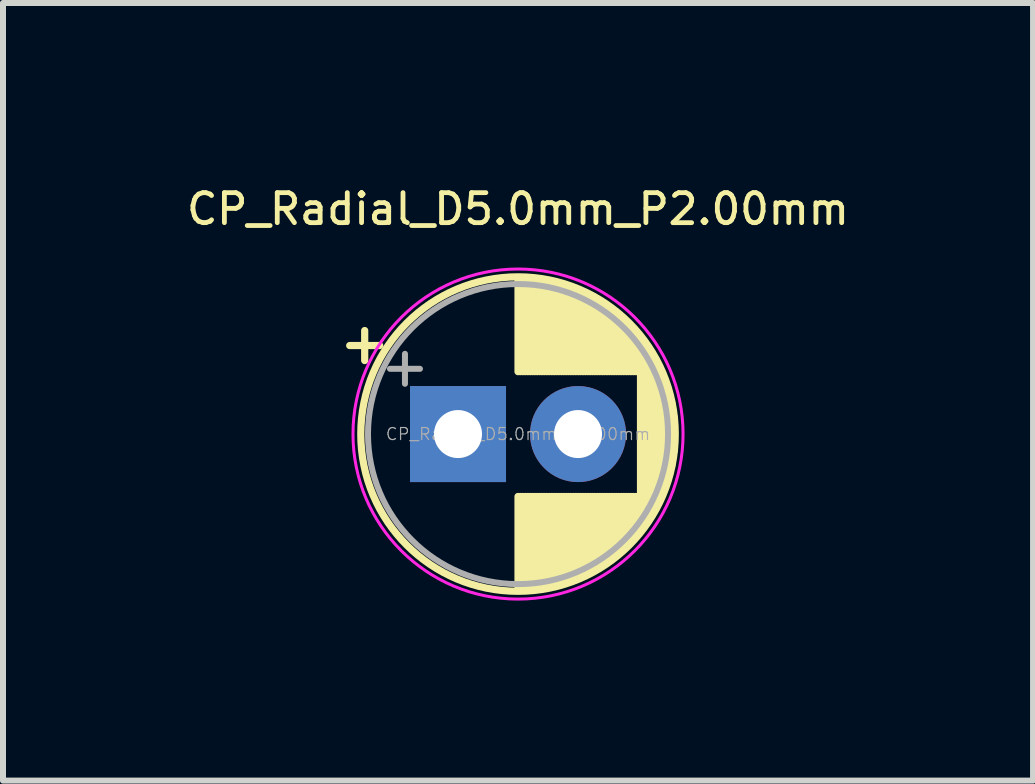
<source format=kicad_pcb>
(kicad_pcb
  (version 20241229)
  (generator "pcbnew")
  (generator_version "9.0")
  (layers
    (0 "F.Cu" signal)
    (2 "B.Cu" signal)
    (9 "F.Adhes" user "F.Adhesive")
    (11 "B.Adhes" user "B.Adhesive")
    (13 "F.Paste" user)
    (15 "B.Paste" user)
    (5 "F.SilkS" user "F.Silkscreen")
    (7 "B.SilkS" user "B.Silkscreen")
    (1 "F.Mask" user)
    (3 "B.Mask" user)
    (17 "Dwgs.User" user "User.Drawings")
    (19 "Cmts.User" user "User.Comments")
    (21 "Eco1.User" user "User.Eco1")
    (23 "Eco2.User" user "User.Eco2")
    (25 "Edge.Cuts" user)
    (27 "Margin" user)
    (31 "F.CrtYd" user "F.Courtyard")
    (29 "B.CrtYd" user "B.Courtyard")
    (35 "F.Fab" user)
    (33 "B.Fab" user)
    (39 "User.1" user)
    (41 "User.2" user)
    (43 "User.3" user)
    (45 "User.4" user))
  (footprint "CP_Radial_D5.0mm_P2.00mm"
    (layer "F.Cu")
    (at 4.582 4.183)
    (property "Reference" "CP_Radial_D5.0mm_P2.00mm" (at 1 -3.75 0) (layer "F.SilkS") (effects (font (size 0.5 0.5) (thickness 0.08))))
    (attr through_hole)
    (fp_line (start -1.805 -1.475) (end -1.305 -1.475) (stroke (width 0.12) (type solid)) (layer "F.SilkS"))
    (fp_line (start -1.555 -1.725) (end -1.555 -1.225) (stroke (width 0.12) (type solid)) (layer "F.SilkS"))
    (fp_line (start 1 -2.58) (end 1 -1.04) (stroke (width 0.12) (type solid)) (layer "F.SilkS"))
    (fp_line (start 1 1.04) (end 1 2.58) (stroke (width 0.12) (type solid)) (layer "F.SilkS"))
    (fp_line (start 1.04 -2.58) (end 1.04 -1.04) (stroke (width 0.12) (type solid)) (layer "F.SilkS"))
    (fp_line (start 1.04 1.04) (end 1.04 2.58) (stroke (width 0.12) (type solid)) (layer "F.SilkS"))
    (fp_line (start 1.08 -2.579) (end 1.08 -1.04) (stroke (width 0.12) (type solid)) (layer "F.SilkS"))
    (fp_line (start 1.08 1.04) (end 1.08 2.579) (stroke (width 0.12) (type solid)) (layer "F.SilkS"))
    (fp_line (start 1.12 -2.578) (end 1.12 -1.04) (stroke (width 0.12) (type solid)) (layer "F.SilkS"))
    (fp_line (start 1.12 1.04) (end 1.12 2.578) (stroke (width 0.12) (type solid)) (layer "F.SilkS"))
    (fp_line (start 1.16 -2.576) (end 1.16 -1.04) (stroke (width 0.12) (type solid)) (layer "F.SilkS"))
    (fp_line (start 1.16 1.04) (end 1.16 2.576) (stroke (width 0.12) (type solid)) (layer "F.SilkS"))
    (fp_line (start 1.2 -2.573) (end 1.2 -1.04) (stroke (width 0.12) (type solid)) (layer "F.SilkS"))
    (fp_line (start 1.2 1.04) (end 1.2 2.573) (stroke (width 0.12) (type solid)) (layer "F.SilkS"))
    (fp_line (start 1.24 -2.569) (end 1.24 -1.04) (stroke (width 0.12) (type solid)) (layer "F.SilkS"))
    (fp_line (start 1.24 1.04) (end 1.24 2.569) (stroke (width 0.12) (type solid)) (layer "F.SilkS"))
    (fp_line (start 1.28 -2.565) (end 1.28 -1.04) (stroke (width 0.12) (type solid)) (layer "F.SilkS"))
    (fp_line (start 1.28 1.04) (end 1.28 2.565) (stroke (width 0.12) (type solid)) (layer "F.SilkS"))
    (fp_line (start 1.32 -2.561) (end 1.32 -1.04) (stroke (width 0.12) (type solid)) (layer "F.SilkS"))
    (fp_line (start 1.32 1.04) (end 1.32 2.561) (stroke (width 0.12) (type solid)) (layer "F.SilkS"))
    (fp_line (start 1.36 -2.556) (end 1.36 -1.04) (stroke (width 0.12) (type solid)) (layer "F.SilkS"))
    (fp_line (start 1.36 1.04) (end 1.36 2.556) (stroke (width 0.12) (type solid)) (layer "F.SilkS"))
    (fp_line (start 1.4 -2.55) (end 1.4 -1.04) (stroke (width 0.12) (type solid)) (layer "F.SilkS"))
    (fp_line (start 1.4 1.04) (end 1.4 2.55) (stroke (width 0.12) (type solid)) (layer "F.SilkS"))
    (fp_line (start 1.44 -2.543) (end 1.44 -1.04) (stroke (width 0.12) (type solid)) (layer "F.SilkS"))
    (fp_line (start 1.44 1.04) (end 1.44 2.543) (stroke (width 0.12) (type solid)) (layer "F.SilkS"))
    (fp_line (start 1.48 -2.536) (end 1.48 -1.04) (stroke (width 0.12) (type solid)) (layer "F.SilkS"))
    (fp_line (start 1.48 1.04) (end 1.48 2.536) (stroke (width 0.12) (type solid)) (layer "F.SilkS"))
    (fp_line (start 1.52 -2.528) (end 1.52 -1.04) (stroke (width 0.12) (type solid)) (layer "F.SilkS"))
    (fp_line (start 1.52 1.04) (end 1.52 2.528) (stroke (width 0.12) (type solid)) (layer "F.SilkS"))
    (fp_line (start 1.56 -2.52) (end 1.56 -1.04) (stroke (width 0.12) (type solid)) (layer "F.SilkS"))
    (fp_line (start 1.56 1.04) (end 1.56 2.52) (stroke (width 0.12) (type solid)) (layer "F.SilkS"))
    (fp_line (start 1.6 -2.511) (end 1.6 -1.04) (stroke (width 0.12) (type solid)) (layer "F.SilkS"))
    (fp_line (start 1.6 1.04) (end 1.6 2.511) (stroke (width 0.12) (type solid)) (layer "F.SilkS"))
    (fp_line (start 1.64 -2.501) (end 1.64 -1.04) (stroke (width 0.12) (type solid)) (layer "F.SilkS"))
    (fp_line (start 1.64 1.04) (end 1.64 2.501) (stroke (width 0.12) (type solid)) (layer "F.SilkS"))
    (fp_line (start 1.68 -2.491) (end 1.68 -1.04) (stroke (width 0.12) (type solid)) (layer "F.SilkS"))
    (fp_line (start 1.68 1.04) (end 1.68 2.491) (stroke (width 0.12) (type solid)) (layer "F.SilkS"))
    (fp_line (start 1.721 -2.48) (end 1.721 -1.04) (stroke (width 0.12) (type solid)) (layer "F.SilkS"))
    (fp_line (start 1.721 1.04) (end 1.721 2.48) (stroke (width 0.12) (type solid)) (layer "F.SilkS"))
    (fp_line (start 1.761 -2.468) (end 1.761 -1.04) (stroke (width 0.12) (type solid)) (layer "F.SilkS"))
    (fp_line (start 1.761 1.04) (end 1.761 2.468) (stroke (width 0.12) (type solid)) (layer "F.SilkS"))
    (fp_line (start 1.801 -2.455) (end 1.801 -1.04) (stroke (width 0.12) (type solid)) (layer "F.SilkS"))
    (fp_line (start 1.801 1.04) (end 1.801 2.455) (stroke (width 0.12) (type solid)) (layer "F.SilkS"))
    (fp_line (start 1.841 -2.442) (end 1.841 -1.04) (stroke (width 0.12) (type solid)) (layer "F.SilkS"))
    (fp_line (start 1.841 1.04) (end 1.841 2.442) (stroke (width 0.12) (type solid)) (layer "F.SilkS"))
    (fp_line (start 1.881 -2.428) (end 1.881 -1.04) (stroke (width 0.12) (type solid)) (layer "F.SilkS"))
    (fp_line (start 1.881 1.04) (end 1.881 2.428) (stroke (width 0.12) (type solid)) (layer "F.SilkS"))
    (fp_line (start 1.921 -2.414) (end 1.921 -1.04) (stroke (width 0.12) (type solid)) (layer "F.SilkS"))
    (fp_line (start 1.921 1.04) (end 1.921 2.414) (stroke (width 0.12) (type solid)) (layer "F.SilkS"))
    (fp_line (start 1.961 -2.398) (end 1.961 -1.04) (stroke (width 0.12) (type solid)) (layer "F.SilkS"))
    (fp_line (start 1.961 1.04) (end 1.961 2.398) (stroke (width 0.12) (type solid)) (layer "F.SilkS"))
    (fp_line (start 2.001 -2.382) (end 2.001 -1.04) (stroke (width 0.12) (type solid)) (layer "F.SilkS"))
    (fp_line (start 2.001 1.04) (end 2.001 2.382) (stroke (width 0.12) (type solid)) (layer "F.SilkS"))
    (fp_line (start 2.041 -2.365) (end 2.041 -1.04) (stroke (width 0.12) (type solid)) (layer "F.SilkS"))
    (fp_line (start 2.041 1.04) (end 2.041 2.365) (stroke (width 0.12) (type solid)) (layer "F.SilkS"))
    (fp_line (start 2.081 -2.348) (end 2.081 -1.04) (stroke (width 0.12) (type solid)) (layer "F.SilkS"))
    (fp_line (start 2.081 1.04) (end 2.081 2.348) (stroke (width 0.12) (type solid)) (layer "F.SilkS"))
    (fp_line (start 2.121 -2.329) (end 2.121 -1.04) (stroke (width 0.12) (type solid)) (layer "F.SilkS"))
    (fp_line (start 2.121 1.04) (end 2.121 2.329) (stroke (width 0.12) (type solid)) (layer "F.SilkS"))
    (fp_line (start 2.161 -2.31) (end 2.161 -1.04) (stroke (width 0.12) (type solid)) (layer "F.SilkS"))
    (fp_line (start 2.161 1.04) (end 2.161 2.31) (stroke (width 0.12) (type solid)) (layer "F.SilkS"))
    (fp_line (start 2.201 -2.29) (end 2.201 -1.04) (stroke (width 0.12) (type solid)) (layer "F.SilkS"))
    (fp_line (start 2.201 1.04) (end 2.201 2.29) (stroke (width 0.12) (type solid)) (layer "F.SilkS"))
    (fp_line (start 2.241 -2.268) (end 2.241 -1.04) (stroke (width 0.12) (type solid)) (layer "F.SilkS"))
    (fp_line (start 2.241 1.04) (end 2.241 2.268) (stroke (width 0.12) (type solid)) (layer "F.SilkS"))
    (fp_line (start 2.281 -2.247) (end 2.281 -1.04) (stroke (width 0.12) (type solid)) (layer "F.SilkS"))
    (fp_line (start 2.281 1.04) (end 2.281 2.247) (stroke (width 0.12) (type solid)) (layer "F.SilkS"))
    (fp_line (start 2.321 -2.224) (end 2.321 -1.04) (stroke (width 0.12) (type solid)) (layer "F.SilkS"))
    (fp_line (start 2.321 1.04) (end 2.321 2.224) (stroke (width 0.12) (type solid)) (layer "F.SilkS"))
    (fp_line (start 2.361 -2.2) (end 2.361 -1.04) (stroke (width 0.12) (type solid)) (layer "F.SilkS"))
    (fp_line (start 2.361 1.04) (end 2.361 2.2) (stroke (width 0.12) (type solid)) (layer "F.SilkS"))
    (fp_line (start 2.401 -2.175) (end 2.401 -1.04) (stroke (width 0.12) (type solid)) (layer "F.SilkS"))
    (fp_line (start 2.401 1.04) (end 2.401 2.175) (stroke (width 0.12) (type solid)) (layer "F.SilkS"))
    (fp_line (start 2.441 -2.149) (end 2.441 -1.04) (stroke (width 0.12) (type solid)) (layer "F.SilkS"))
    (fp_line (start 2.441 1.04) (end 2.441 2.149) (stroke (width 0.12) (type solid)) (layer "F.SilkS"))
    (fp_line (start 2.481 -2.122) (end 2.481 -1.04) (stroke (width 0.12) (type solid)) (layer "F.SilkS"))
    (fp_line (start 2.481 1.04) (end 2.481 2.122) (stroke (width 0.12) (type solid)) (layer "F.SilkS"))
    (fp_line (start 2.521 -2.095) (end 2.521 -1.04) (stroke (width 0.12) (type solid)) (layer "F.SilkS"))
    (fp_line (start 2.521 1.04) (end 2.521 2.095) (stroke (width 0.12) (type solid)) (layer "F.SilkS"))
    (fp_line (start 2.561 -2.065) (end 2.561 -1.04) (stroke (width 0.12) (type solid)) (layer "F.SilkS"))
    (fp_line (start 2.561 1.04) (end 2.561 2.065) (stroke (width 0.12) (type solid)) (layer "F.SilkS"))
    (fp_line (start 2.601 -2.035) (end 2.601 -1.04) (stroke (width 0.12) (type solid)) (layer "F.SilkS"))
    (fp_line (start 2.601 1.04) (end 2.601 2.035) (stroke (width 0.12) (type solid)) (layer "F.SilkS"))
    (fp_line (start 2.641 -2.004) (end 2.641 -1.04) (stroke (width 0.12) (type solid)) (layer "F.SilkS"))
    (fp_line (start 2.641 1.04) (end 2.641 2.004) (stroke (width 0.12) (type solid)) (layer "F.SilkS"))
    (fp_line (start 2.681 -1.971) (end 2.681 -1.04) (stroke (width 0.12) (type solid)) (layer "F.SilkS"))
    (fp_line (start 2.681 1.04) (end 2.681 1.971) (stroke (width 0.12) (type solid)) (layer "F.SilkS"))
    (fp_line (start 2.721 -1.937) (end 2.721 -1.04) (stroke (width 0.12) (type solid)) (layer "F.SilkS"))
    (fp_line (start 2.721 1.04) (end 2.721 1.937) (stroke (width 0.12) (type solid)) (layer "F.SilkS"))
    (fp_line (start 2.761 -1.901) (end 2.761 -1.04) (stroke (width 0.12) (type solid)) (layer "F.SilkS"))
    (fp_line (start 2.761 1.04) (end 2.761 1.901) (stroke (width 0.12) (type solid)) (layer "F.SilkS"))
    (fp_line (start 2.801 -1.864) (end 2.801 -1.04) (stroke (width 0.12) (type solid)) (layer "F.SilkS"))
    (fp_line (start 2.801 1.04) (end 2.801 1.864) (stroke (width 0.12) (type solid)) (layer "F.SilkS"))
    (fp_line (start 2.841 -1.826) (end 2.841 -1.04) (stroke (width 0.12) (type solid)) (layer "F.SilkS"))
    (fp_line (start 2.841 1.04) (end 2.841 1.826) (stroke (width 0.12) (type solid)) (layer "F.SilkS"))
    (fp_line (start 2.881 -1.785) (end 2.881 -1.04) (stroke (width 0.12) (type solid)) (layer "F.SilkS"))
    (fp_line (start 2.881 1.04) (end 2.881 1.785) (stroke (width 0.12) (type solid)) (layer "F.SilkS"))
    (fp_line (start 2.921 -1.743) (end 2.921 -1.04) (stroke (width 0.12) (type solid)) (layer "F.SilkS"))
    (fp_line (start 2.921 1.04) (end 2.921 1.743) (stroke (width 0.12) (type solid)) (layer "F.SilkS"))
    (fp_line (start 2.961 -1.699) (end 2.961 -1.04) (stroke (width 0.12) (type solid)) (layer "F.SilkS"))
    (fp_line (start 2.961 1.04) (end 2.961 1.699) (stroke (width 0.12) (type solid)) (layer "F.SilkS"))
    (fp_line (start 3.001 -1.653) (end 3.001 -1.04) (stroke (width 0.12) (type solid)) (layer "F.SilkS"))
    (fp_line (start 3.001 1.04) (end 3.001 1.653) (stroke (width 0.12) (type solid)) (layer "F.SilkS"))
    (fp_line (start 3.041 -1.605) (end 3.041 1.605) (stroke (width 0.12) (type solid)) (layer "F.SilkS"))
    (fp_line (start 3.081 -1.554) (end 3.081 1.554) (stroke (width 0.12) (type solid)) (layer "F.SilkS"))
    (fp_line (start 3.121 -1.5) (end 3.121 1.5) (stroke (width 0.12) (type solid)) (layer "F.SilkS"))
    (fp_line (start 3.161 -1.443) (end 3.161 1.443) (stroke (width 0.12) (type solid)) (layer "F.SilkS"))
    (fp_line (start 3.201 -1.383) (end 3.201 1.383) (stroke (width 0.12) (type solid)) (layer "F.SilkS"))
    (fp_line (start 3.241 -1.319) (end 3.241 1.319) (stroke (width 0.12) (type solid)) (layer "F.SilkS"))
    (fp_line (start 3.281 -1.251) (end 3.281 1.251) (stroke (width 0.12) (type solid)) (layer "F.SilkS"))
    (fp_line (start 3.321 -1.178) (end 3.321 1.178) (stroke (width 0.12) (type solid)) (layer "F.SilkS"))
    (fp_line (start 3.361 -1.098) (end 3.361 1.098) (stroke (width 0.12) (type solid)) (layer "F.SilkS"))
    (fp_line (start 3.401 -1.011) (end 3.401 1.011) (stroke (width 0.12) (type solid)) (layer "F.SilkS"))
    (fp_line (start 3.441 -0.915) (end 3.441 0.915) (stroke (width 0.12) (type solid)) (layer "F.SilkS"))
    (fp_line (start 3.481 -0.805) (end 3.481 0.805) (stroke (width 0.12) (type solid)) (layer "F.SilkS"))
    (fp_line (start 3.521 -0.677) (end 3.521 0.677) (stroke (width 0.12) (type solid)) (layer "F.SilkS"))
    (fp_line (start 3.561 -0.518) (end 3.561 0.518) (stroke (width 0.12) (type solid)) (layer "F.SilkS"))
    (fp_line (start 3.601 -0.284) (end 3.601 0.284) (stroke (width 0.12) (type solid)) (layer "F.SilkS"))
    (fp_circle (center 1 0) (end 3.62 0) (stroke (width 0.12) (type solid)) (fill no) (layer "F.SilkS"))
    (fp_circle (center 1 0) (end 3.75 0) (stroke (width 0.05) (type solid)) (fill no) (layer "F.CrtYd"))
    (fp_line (start -1.134 -1.087) (end -0.634 -1.087) (stroke (width 0.1) (type solid)) (layer "F.Fab"))
    (fp_line (start -0.884 -1.337) (end -0.884 -0.838) (stroke (width 0.1) (type solid)) (layer "F.Fab"))
    (fp_circle (center 1 0) (end 3.5 0) (stroke (width 0.1) (type solid)) (fill no) (layer "F.Fab"))
    (fp_text user "${REFERENCE}" (at 1 0 0) (layer "F.Fab") (effects (font (size 0.2 0.2) (thickness 0.02))))
    (pad "1" thru_hole rect (at 0 0) (size 1.6 1.6) (drill 0.8) (layers "*.Cu" "*.Mask"))
    (pad "2" thru_hole circle (at 2 0) (size 1.6 1.6) (drill 0.8) (layers "*.Cu" "*.Mask")))
  (gr_rect
    (start -3 -3)
    (end 14.164 9.958)
    (stroke (width 0.1) (type default))
    (fill no)
    (layer "Edge.Cuts")))
</source>
